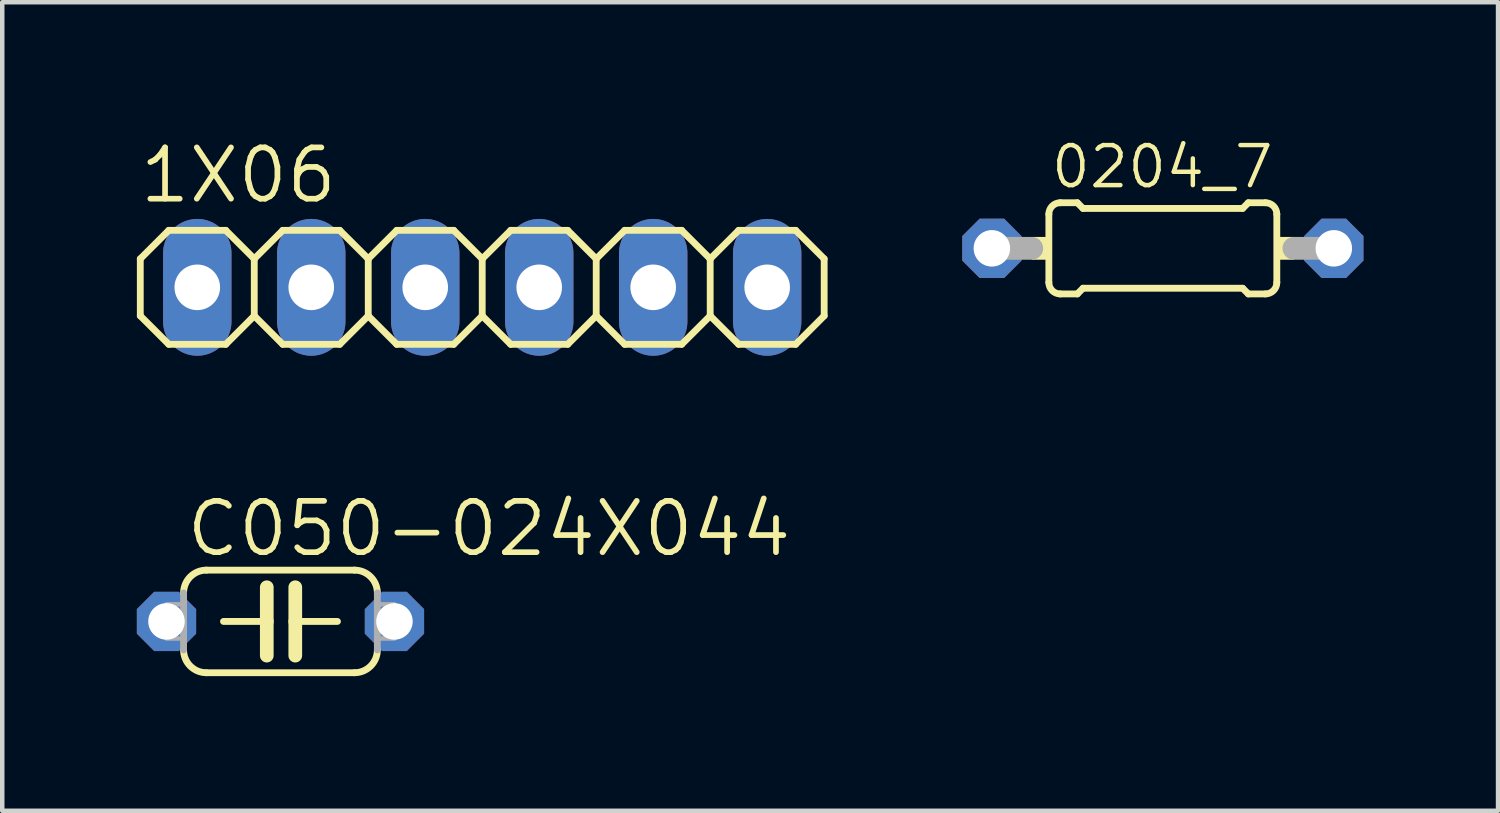
<source format=kicad_pcb>
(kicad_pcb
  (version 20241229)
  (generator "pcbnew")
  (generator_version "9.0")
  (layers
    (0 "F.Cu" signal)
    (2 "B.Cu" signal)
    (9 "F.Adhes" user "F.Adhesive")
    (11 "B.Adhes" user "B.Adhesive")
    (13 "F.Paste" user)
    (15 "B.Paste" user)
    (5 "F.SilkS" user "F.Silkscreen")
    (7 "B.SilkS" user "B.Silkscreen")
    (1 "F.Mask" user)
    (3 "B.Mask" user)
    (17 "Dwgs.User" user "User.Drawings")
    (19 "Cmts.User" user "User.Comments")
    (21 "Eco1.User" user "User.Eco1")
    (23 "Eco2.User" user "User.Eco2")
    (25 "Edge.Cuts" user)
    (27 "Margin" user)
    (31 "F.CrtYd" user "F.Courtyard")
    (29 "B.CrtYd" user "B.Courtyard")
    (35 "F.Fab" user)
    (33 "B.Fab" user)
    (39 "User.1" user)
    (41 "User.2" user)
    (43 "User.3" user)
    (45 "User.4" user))
  (footprint "0204_7"
    (layer "F.Cu")
    (at 22.863 2.484)
    (property "Reference" "0204_7" (at -2.54 -1.295 0) (unlocked yes) (layer "F.SilkS") (effects (font (size 0.892 0.892) (thickness 0.099)) (justify left bottom)))
    (fp_line (start -2.54 0.762) (end -2.54 -0.762) (stroke (width 0.152) (type solid)) (layer "F.SilkS"))
    (fp_line (start -2.286 -1.016) (end -1.905 -1.016) (stroke (width 0.152) (type solid)) (layer "F.SilkS"))
    (fp_line (start -2.286 1.016) (end -1.905 1.016) (stroke (width 0.152) (type solid)) (layer "F.SilkS"))
    (fp_line (start -1.778 -0.889) (end -1.905 -1.016) (stroke (width 0.152) (type solid)) (layer "F.SilkS"))
    (fp_line (start -1.778 0.889) (end -1.905 1.016) (stroke (width 0.152) (type solid)) (layer "F.SilkS"))
    (fp_line (start 1.778 -0.889) (end -1.778 -0.889) (stroke (width 0.152) (type solid)) (layer "F.SilkS"))
    (fp_line (start 1.778 -0.889) (end 1.905 -1.016) (stroke (width 0.152) (type solid)) (layer "F.SilkS"))
    (fp_line (start 1.778 0.889) (end -1.778 0.889) (stroke (width 0.152) (type solid)) (layer "F.SilkS"))
    (fp_line (start 1.778 0.889) (end 1.905 1.016) (stroke (width 0.152) (type solid)) (layer "F.SilkS"))
    (fp_line (start 2.286 -1.016) (end 1.905 -1.016) (stroke (width 0.152) (type solid)) (layer "F.SilkS"))
    (fp_line (start 2.286 1.016) (end 1.905 1.016) (stroke (width 0.152) (type solid)) (layer "F.SilkS"))
    (fp_line (start 2.54 0.762) (end 2.54 -0.762) (stroke (width 0.152) (type solid)) (layer "F.SilkS"))
    (fp_arc (start -2.54 -0.762) (mid -2.465605 -0.941605) (end -2.286 -1.016) (stroke (width 0.1524) (type solid)) (layer "F.SilkS"))
    (fp_arc (start -2.286 1.016) (mid -2.465605 0.941605) (end -2.54 0.762) (stroke (width 0.1524) (type solid)) (layer "F.SilkS"))
    (fp_arc (start 2.286 -1.016) (mid 2.465605 -0.941605) (end 2.54 -0.762) (stroke (width 0.1524) (type solid)) (layer "F.SilkS"))
    (fp_arc (start 2.54 0.762) (mid 2.465605 0.941605) (end 2.286 1.016) (stroke (width 0.1524) (type solid)) (layer "F.SilkS"))
    (fp_poly (pts (xy -2.921 0.254) (xy -2.54 0.254) (xy -2.54 -0.254) (xy -2.921 -0.254)) (stroke (width 0) (type default)) (fill yes) (layer "F.SilkS"))
    (fp_poly (pts (xy 2.54 0.254) (xy 2.921 0.254) (xy 2.921 -0.254) (xy 2.54 -0.254)) (stroke (width 0) (type default)) (fill yes) (layer "F.SilkS"))
    (fp_line (start -3.81 0) (end -2.921 0) (stroke (width 0.508) (type solid)) (layer "F.Fab"))
    (fp_line (start 3.81 0) (end 2.921 0) (stroke (width 0.508) (type solid)) (layer "F.Fab"))
    (pad "1" thru_hole roundrect (at -3.81 0) (size 1.321 1.321) (drill 0.813) (layers "*.Cu" "*.Mask") (roundrect_rratio 0.25) (chamfer_ratio 0.293) (chamfer top_left top_right bottom_left bottom_right))
    (pad "2" thru_hole roundrect (at 3.81 0) (size 1.321 1.321) (drill 0.813) (layers "*.Cu" "*.Mask") (roundrect_rratio 0.25) (chamfer_ratio 0.293) (chamfer top_left top_right bottom_left bottom_right)))
  (footprint "1X06"
    (layer "F.Cu")
    (at 7.696 3.353)
    (property "Reference" "1X06" (at -7.696 -1.829 0) (unlocked yes) (layer "F.SilkS") (effects (font (size 1.143 1.143) (thickness 0.127)) (justify left bottom)))
    (fp_line (start -7.62 -0.635) (end -7.62 0.635) (stroke (width 0.152) (type solid)) (layer "F.SilkS"))
    (fp_line (start -7.62 0.635) (end -6.985 1.27) (stroke (width 0.152) (type solid)) (layer "F.SilkS"))
    (fp_line (start -6.985 -1.27) (end -7.62 -0.635) (stroke (width 0.152) (type solid)) (layer "F.SilkS"))
    (fp_line (start -6.985 -1.27) (end -5.715 -1.27) (stroke (width 0.152) (type solid)) (layer "F.SilkS"))
    (fp_line (start -5.715 -1.27) (end -5.08 -0.635) (stroke (width 0.152) (type solid)) (layer "F.SilkS"))
    (fp_line (start -5.715 1.27) (end -6.985 1.27) (stroke (width 0.152) (type solid)) (layer "F.SilkS"))
    (fp_line (start -5.08 -0.635) (end -5.08 0.635) (stroke (width 0.152) (type solid)) (layer "F.SilkS"))
    (fp_line (start -5.08 -0.635) (end -4.445 -1.27) (stroke (width 0.152) (type solid)) (layer "F.SilkS"))
    (fp_line (start -5.08 0.635) (end -5.715 1.27) (stroke (width 0.152) (type solid)) (layer "F.SilkS"))
    (fp_line (start -4.445 -1.27) (end -3.175 -1.27) (stroke (width 0.152) (type solid)) (layer "F.SilkS"))
    (fp_line (start -4.445 1.27) (end -5.08 0.635) (stroke (width 0.152) (type solid)) (layer "F.SilkS"))
    (fp_line (start -3.175 -1.27) (end -2.54 -0.635) (stroke (width 0.152) (type solid)) (layer "F.SilkS"))
    (fp_line (start -3.175 1.27) (end -4.445 1.27) (stroke (width 0.152) (type solid)) (layer "F.SilkS"))
    (fp_line (start -2.54 -0.635) (end -2.54 0.635) (stroke (width 0.152) (type solid)) (layer "F.SilkS"))
    (fp_line (start -2.54 -0.635) (end -1.905 -1.27) (stroke (width 0.152) (type solid)) (layer "F.SilkS"))
    (fp_line (start -2.54 0.635) (end -3.175 1.27) (stroke (width 0.152) (type solid)) (layer "F.SilkS"))
    (fp_line (start -1.905 -1.27) (end -0.635 -1.27) (stroke (width 0.152) (type solid)) (layer "F.SilkS"))
    (fp_line (start -1.905 1.27) (end -2.54 0.635) (stroke (width 0.152) (type solid)) (layer "F.SilkS"))
    (fp_line (start -0.635 -1.27) (end 0 -0.635) (stroke (width 0.152) (type solid)) (layer "F.SilkS"))
    (fp_line (start -0.635 1.27) (end -1.905 1.27) (stroke (width 0.152) (type solid)) (layer "F.SilkS"))
    (fp_line (start 0 -0.635) (end 0 0.635) (stroke (width 0.152) (type solid)) (layer "F.SilkS"))
    (fp_line (start 0 0.635) (end -0.635 1.27) (stroke (width 0.152) (type solid)) (layer "F.SilkS"))
    (fp_line (start 0 0.635) (end 0.635 1.27) (stroke (width 0.152) (type solid)) (layer "F.SilkS"))
    (fp_line (start 0.635 -1.27) (end 0 -0.635) (stroke (width 0.152) (type solid)) (layer "F.SilkS"))
    (fp_line (start 0.635 -1.27) (end 1.905 -1.27) (stroke (width 0.152) (type solid)) (layer "F.SilkS"))
    (fp_line (start 1.905 -1.27) (end 2.54 -0.635) (stroke (width 0.152) (type solid)) (layer "F.SilkS"))
    (fp_line (start 1.905 1.27) (end 0.635 1.27) (stroke (width 0.152) (type solid)) (layer "F.SilkS"))
    (fp_line (start 2.54 -0.635) (end 2.54 0.635) (stroke (width 0.152) (type solid)) (layer "F.SilkS"))
    (fp_line (start 2.54 -0.635) (end 3.175 -1.27) (stroke (width 0.152) (type solid)) (layer "F.SilkS"))
    (fp_line (start 2.54 0.635) (end 1.905 1.27) (stroke (width 0.152) (type solid)) (layer "F.SilkS"))
    (fp_line (start 3.175 -1.27) (end 4.445 -1.27) (stroke (width 0.152) (type solid)) (layer "F.SilkS"))
    (fp_line (start 3.175 1.27) (end 2.54 0.635) (stroke (width 0.152) (type solid)) (layer "F.SilkS"))
    (fp_line (start 4.445 -1.27) (end 5.08 -0.635) (stroke (width 0.152) (type solid)) (layer "F.SilkS"))
    (fp_line (start 4.445 1.27) (end 3.175 1.27) (stroke (width 0.152) (type solid)) (layer "F.SilkS"))
    (fp_line (start 5.08 -0.635) (end 5.08 0.635) (stroke (width 0.152) (type solid)) (layer "F.SilkS"))
    (fp_line (start 5.08 0.635) (end 4.445 1.27) (stroke (width 0.152) (type solid)) (layer "F.SilkS"))
    (fp_line (start 5.08 0.635) (end 5.715 1.27) (stroke (width 0.152) (type solid)) (layer "F.SilkS"))
    (fp_line (start 5.715 -1.27) (end 5.08 -0.635) (stroke (width 0.152) (type solid)) (layer "F.SilkS"))
    (fp_line (start 5.715 -1.27) (end 6.985 -1.27) (stroke (width 0.152) (type solid)) (layer "F.SilkS"))
    (fp_line (start 6.985 -1.27) (end 7.62 -0.635) (stroke (width 0.152) (type solid)) (layer "F.SilkS"))
    (fp_line (start 6.985 1.27) (end 5.715 1.27) (stroke (width 0.152) (type solid)) (layer "F.SilkS"))
    (fp_line (start 7.62 -0.635) (end 7.62 0.635) (stroke (width 0.152) (type solid)) (layer "F.SilkS"))
    (fp_line (start 7.62 0.635) (end 6.985 1.27) (stroke (width 0.152) (type solid)) (layer "F.SilkS"))
    (fp_poly (pts (xy -6.604 0.254) (xy -6.096 0.254) (xy -6.096 -0.254) (xy -6.604 -0.254)) (stroke (width 0.1) (type default)) (fill no) (layer "F.Fab"))
    (fp_poly (pts (xy -4.064 0.254) (xy -3.556 0.254) (xy -3.556 -0.254) (xy -4.064 -0.254)) (stroke (width 0.1) (type default)) (fill no) (layer "F.Fab"))
    (fp_poly (pts (xy -1.524 0.254) (xy -1.016 0.254) (xy -1.016 -0.254) (xy -1.524 -0.254)) (stroke (width 0.1) (type default)) (fill no) (layer "F.Fab"))
    (fp_poly (pts (xy 1.016 0.254) (xy 1.524 0.254) (xy 1.524 -0.254) (xy 1.016 -0.254)) (stroke (width 0.1) (type default)) (fill no) (layer "F.Fab"))
    (fp_poly (pts (xy 3.556 0.254) (xy 4.064 0.254) (xy 4.064 -0.254) (xy 3.556 -0.254)) (stroke (width 0.1) (type default)) (fill no) (layer "F.Fab"))
    (fp_poly (pts (xy 6.096 0.254) (xy 6.604 0.254) (xy 6.604 -0.254) (xy 6.096 -0.254)) (stroke (width 0.1) (type default)) (fill no) (layer "F.Fab"))
    (pad "1" thru_hole oval (at -6.35 0 90) (size 3.048 1.524) (drill 1.016) (layers "*.Cu" "*.Mask"))
    (pad "2" thru_hole oval (at -3.81 0 90) (size 3.048 1.524) (drill 1.016) (layers "*.Cu" "*.Mask"))
    (pad "3" thru_hole oval (at -1.27 0 90) (size 3.048 1.524) (drill 1.016) (layers "*.Cu" "*.Mask"))
    (pad "4" thru_hole oval (at 1.27 0 90) (size 3.048 1.524) (drill 1.016) (layers "*.Cu" "*.Mask"))
    (pad "5" thru_hole oval (at 3.81 0 90) (size 3.048 1.524) (drill 1.016) (layers "*.Cu" "*.Mask"))
    (pad "6" thru_hole oval (at 6.35 0 90) (size 3.048 1.524) (drill 1.016) (layers "*.Cu" "*.Mask")))
  (footprint "C050-024X044"
    (layer "F.Cu")
    (at 3.2 10.798)
    (property "Reference" "C050-024X044" (at -2.159 -1.397 0) (unlocked yes) (layer "F.SilkS") (effects (font (size 1.143 1.143) (thickness 0.127)) (justify left bottom)))
    (fp_line (start -1.27 0) (end -0.305 0) (stroke (width 0.152) (type solid)) (layer "F.SilkS"))
    (fp_line (start -0.305 -0.762) (end -0.305 0) (stroke (width 0.305) (type solid)) (layer "F.SilkS"))
    (fp_line (start -0.305 0) (end -0.305 0.762) (stroke (width 0.305) (type solid)) (layer "F.SilkS"))
    (fp_line (start 0.33 -0.762) (end 0.33 0) (stroke (width 0.305) (type solid)) (layer "F.SilkS"))
    (fp_line (start 0.33 0) (end 0.33 0.762) (stroke (width 0.305) (type solid)) (layer "F.SilkS"))
    (fp_line (start 1.27 0) (end 0.33 0) (stroke (width 0.152) (type solid)) (layer "F.SilkS"))
    (fp_line (start 1.651 -1.143) (end -1.651 -1.143) (stroke (width 0.152) (type solid)) (layer "F.SilkS"))
    (fp_line (start 1.651 1.143) (end -1.651 1.143) (stroke (width 0.152) (type solid)) (layer "F.SilkS"))
    (fp_arc (start -2.159 -0.635) (mid -2.01021 -0.99421) (end -1.651 -1.143) (stroke (width 0.1524) (type solid)) (layer "F.SilkS"))
    (fp_arc (start -1.651 1.143) (mid -2.01021 0.99421) (end -2.159 0.635) (stroke (width 0.1524) (type solid)) (layer "F.SilkS"))
    (fp_arc (start 1.651 -1.143) (mid 2.01021 -0.99421) (end 2.159 -0.635) (stroke (width 0.1524) (type solid)) (layer "F.SilkS"))
    (fp_arc (start 2.159 0.635) (mid 2.01021 0.99421) (end 1.651 1.143) (stroke (width 0.1524) (type solid)) (layer "F.SilkS"))
    (fp_line (start -2.159 0.635) (end -2.159 -0.635) (stroke (width 0.152) (type solid)) (layer "F.Fab"))
    (fp_line (start 2.159 0.635) (end 2.159 -0.635) (stroke (width 0.152) (type solid)) (layer "F.Fab"))
    (fp_poly (pts (xy -2.54 0.381) (xy -2.159 0.381) (xy -2.159 -0.381) (xy -2.54 -0.381)) (stroke (width 0.1) (type default)) (fill no) (layer "F.Fab"))
    (fp_poly (pts (xy 2.159 0.381) (xy 2.54 0.381) (xy 2.54 -0.381) (xy 2.159 -0.381)) (stroke (width 0.1) (type default)) (fill no) (layer "F.Fab"))
    (pad "1" thru_hole roundrect (at -2.54 0) (size 1.321 1.321) (drill 0.813) (layers "*.Cu" "*.Mask") (roundrect_rratio 0.25) (chamfer_ratio 0.293) (chamfer top_left top_right bottom_left bottom_right))
    (pad "2" thru_hole roundrect (at 2.54 0) (size 1.321 1.321) (drill 0.813) (layers "*.Cu" "*.Mask") (roundrect_rratio 0.25) (chamfer_ratio 0.293) (chamfer top_left top_right bottom_left bottom_right)))
  (gr_rect
    (start -3 -3)
    (end 30.333 15.017)
    (stroke (width 0.1) (type default))
    (fill no)
    (layer "Edge.Cuts")))
</source>
